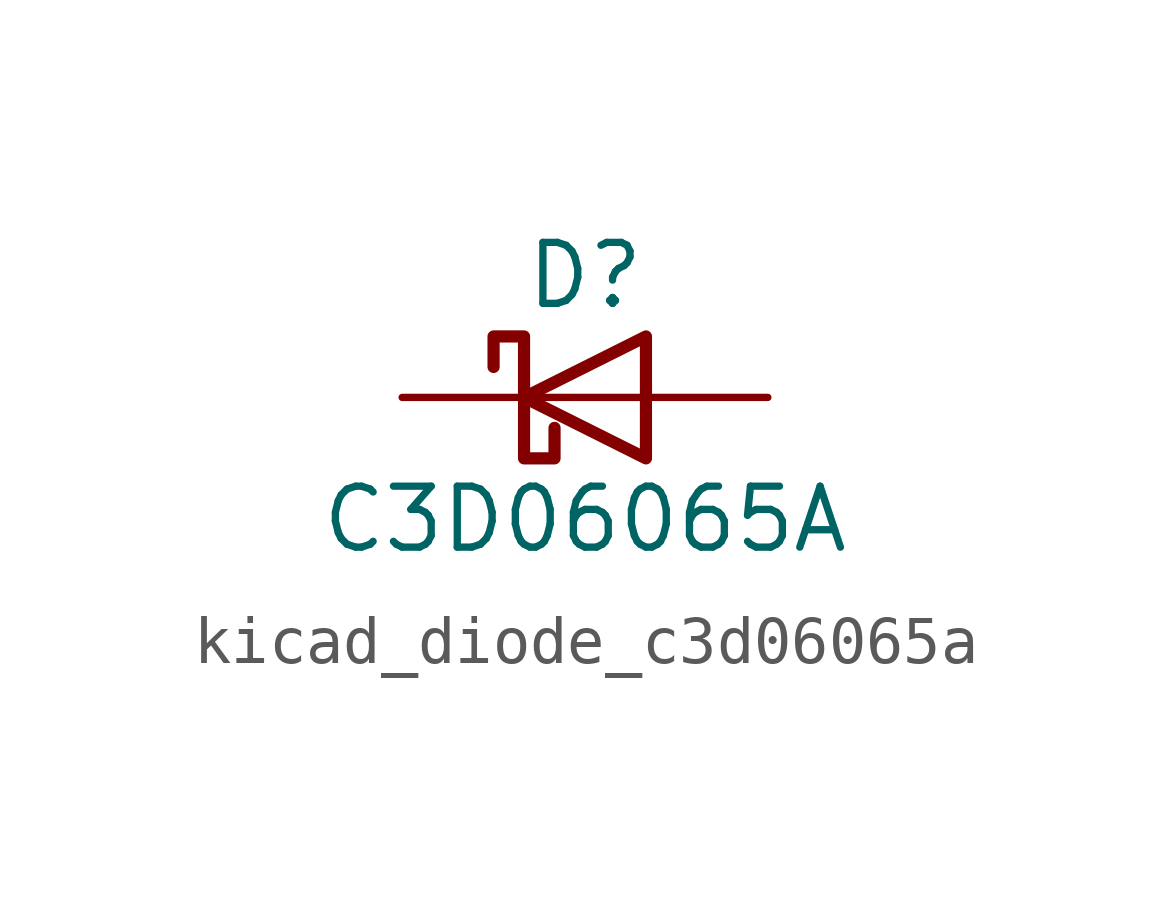
<source format=kicad_sym>
(kicad_symbol_lib
  (version 20220914)
  (generator kicad_symbol_editor)
  (symbol "kicad_diode_c3d06065a"
    (pin_numbers hide)
    (pin_names
      (offset 1.016) hide)
    (property "Reference" "D"
      (at 0 2.54 0)
      (effects (font (size 1.27 1.27))))
    (property "Value" "C3D06065A"
      (at 0 -2.54 0)
      (effects (font (size 1.27 1.27))))
    (symbol "kicad_diode_c3d06065a_0_1"
      (polyline (pts (xy 1.27 0) (xy -1.27 0)) (stroke (width 0) (type default)) (fill (type none)))
      (polyline (pts (xy 1.27 1.27) (xy 1.27 -1.27) (xy -1.27 0) (xy 1.27 1.27)) (stroke (width 0.254) (type default)) (fill (type none)))
      (polyline (pts (xy -1.905 0.635) (xy -1.905 1.27) (xy -1.27 1.27) (xy -1.27 -1.27) (xy -0.635 -1.27) (xy -0.635 -0.635)) (stroke (width 0.254) (type default)) (fill (type none))))
    (symbol "kicad_diode_c3d06065a_1_1"
      (pin passive line (at -3.81 0 0) (length 2.54) (name "K" (effects (font (size 1.27 1.27)))) (number "1" (effects (font (size 1.27 1.27)))))
      (pin passive line (at 3.81 0 180) (length 2.54) (name "A" (effects (font (size 1.27 1.27)))) (number "2" (effects (font (size 1.27 1.27))))))))
</source>
